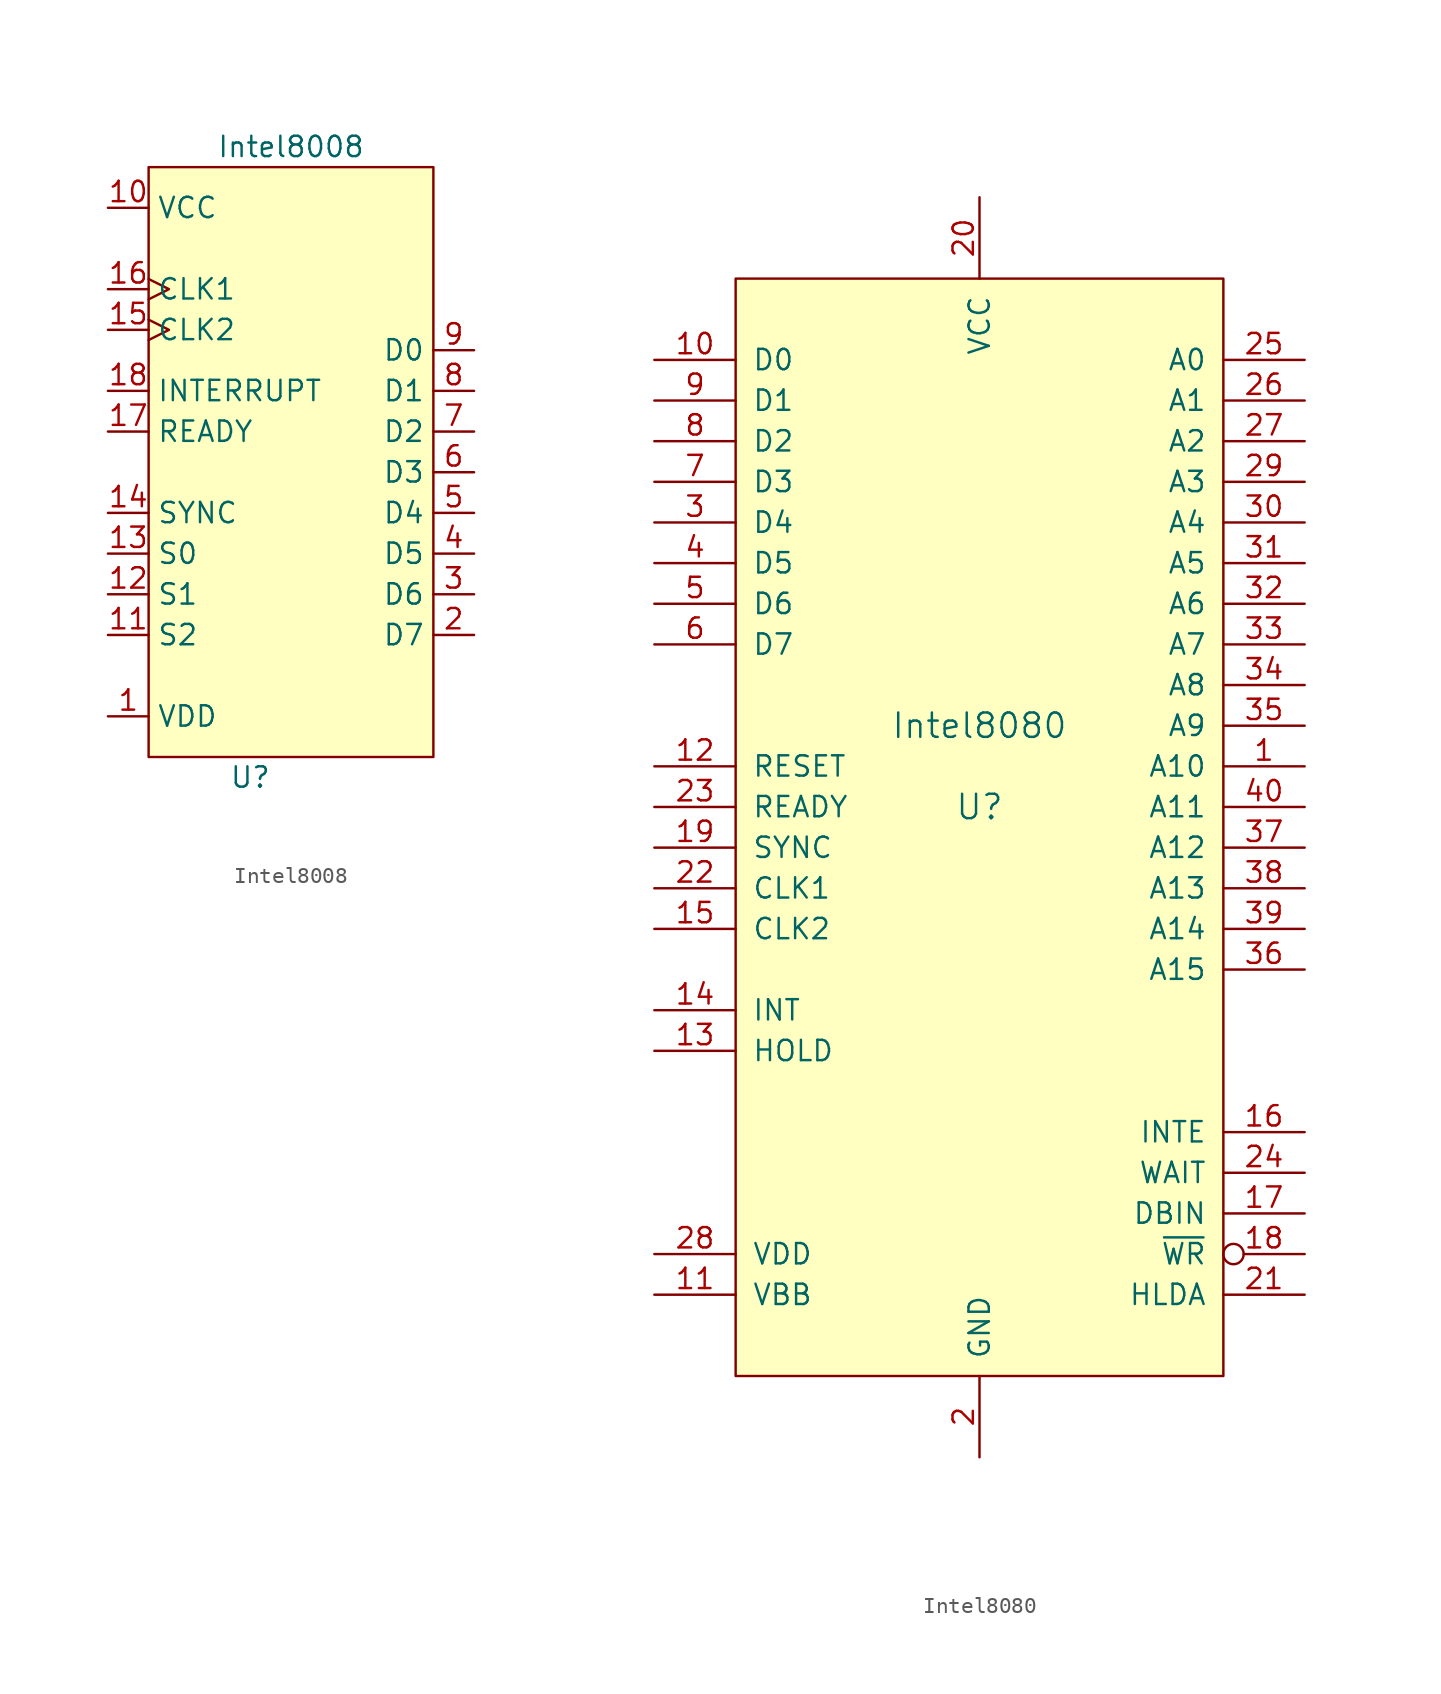
<source format=kicad_sym>
(kicad_symbol_lib
  (version 20211014)
  (generator kicad_symbol_editor)
  (symbol "Intel8008"
    (property "Reference" "U"
      (at -2.54 -1.27 0)
      (effects (font (size 1.27 1.27))))
    (property "Value" "Intel8008"
      (at 0 38.1 0)
      (effects (font (size 1.27 1.27))))
    (symbol "Intel8008_0_1"
      (rectangle (start -8.89 36.83) (end 8.89 0) (stroke (width 0) (type default) (color 0 0 0 0)) (fill (type background))))
    (symbol "Intel8008_1_1"
      (pin power_in line (at -11.43 2.54 0) (length 2.54) (name "VDD" (effects (font (size 1.27 1.27)))) (number "1" (effects (font (size 1.27 1.27)))))
      (pin power_in line (at -11.43 34.29 0) (length 2.54) (name "VCC" (effects (font (size 1.27 1.27)))) (number "10" (effects (font (size 1.27 1.27)))))
      (pin output line (at -11.43 7.62 0) (length 2.54) (name "S2" (effects (font (size 1.27 1.27)))) (number "11" (effects (font (size 1.27 1.27)))))
      (pin output line (at -11.43 10.16 0) (length 2.54) (name "S1" (effects (font (size 1.27 1.27)))) (number "12" (effects (font (size 1.27 1.27)))))
      (pin output line (at -11.43 12.7 0) (length 2.54) (name "S0" (effects (font (size 1.27 1.27)))) (number "13" (effects (font (size 1.27 1.27)))))
      (pin output line (at -11.43 15.24 0) (length 2.54) (name "SYNC" (effects (font (size 1.27 1.27)))) (number "14" (effects (font (size 1.27 1.27)))))
      (pin input clock (at -11.43 26.67 0) (length 2.54) (name "CLK2" (effects (font (size 1.27 1.27)))) (number "15" (effects (font (size 1.27 1.27)))))
      (pin input clock (at -11.43 29.21 0) (length 2.54) (name "CLK1" (effects (font (size 1.27 1.27)))) (number "16" (effects (font (size 1.27 1.27)))))
      (pin input line (at -11.43 20.32 0) (length 2.54) (name "READY" (effects (font (size 1.27 1.27)))) (number "17" (effects (font (size 1.27 1.27)))))
      (pin input line (at -11.43 22.86 0) (length 2.54) (name "INTERRUPT" (effects (font (size 1.27 1.27)))) (number "18" (effects (font (size 1.27 1.27)))))
      (pin bidirectional line (at 11.43 7.62 180) (length 2.54) (name "D7" (effects (font (size 1.27 1.27)))) (number "2" (effects (font (size 1.27 1.27)))))
      (pin bidirectional line (at 11.43 10.16 180) (length 2.54) (name "D6" (effects (font (size 1.27 1.27)))) (number "3" (effects (font (size 1.27 1.27)))))
      (pin bidirectional line (at 11.43 12.7 180) (length 2.54) (name "D5" (effects (font (size 1.27 1.27)))) (number "4" (effects (font (size 1.27 1.27)))))
      (pin bidirectional line (at 11.43 15.24 180) (length 2.54) (name "D4" (effects (font (size 1.27 1.27)))) (number "5" (effects (font (size 1.27 1.27)))))
      (pin bidirectional line (at 11.43 17.78 180) (length 2.54) (name "D3" (effects (font (size 1.27 1.27)))) (number "6" (effects (font (size 1.27 1.27)))))
      (pin bidirectional line (at 11.43 20.32 180) (length 2.54) (name "D2" (effects (font (size 1.27 1.27)))) (number "7" (effects (font (size 1.27 1.27)))))
      (pin bidirectional line (at 11.43 22.86 180) (length 2.54) (name "D1" (effects (font (size 1.27 1.27)))) (number "8" (effects (font (size 1.27 1.27)))))
      (pin bidirectional line (at 11.43 25.4 180) (length 2.54) (name "D0" (effects (font (size 1.27 1.27)))) (number "9" (effects (font (size 1.27 1.27)))))))
  (symbol "Intel8080"
    (pin_names
      (offset 1.016))
    (property "Reference" "U"
      (at 0 0 0)
      (effects (font (size 1.524 1.524))))
    (property "Value" "Intel8080"
      (at 0 5.08 0)
      (effects (font (size 1.524 1.524))))
    (symbol "Intel8080_0_1"
      (rectangle (start 15.24 -35.56) (end -15.24 33.02) (stroke (width 0) (type default) (color 0 0 0 0)) (fill (type background))))
    (symbol "Intel8080_1_1"
      (pin output line (at 20.32 2.54 180) (length 5.08) (name "A10" (effects (font (size 1.27 1.27)))) (number "1" (effects (font (size 1.27 1.27)))))
      (pin bidirectional line (at -20.32 27.94 0) (length 5.08) (name "D0" (effects (font (size 1.27 1.27)))) (number "10" (effects (font (size 1.27 1.27)))))
      (pin power_in line (at -20.32 -30.48 0) (length 5.08) (name "VBB" (effects (font (size 1.27 1.27)))) (number "11" (effects (font (size 1.27 1.27)))))
      (pin input line (at -20.32 2.54 0) (length 5.08) (name "RESET" (effects (font (size 1.27 1.27)))) (number "12" (effects (font (size 1.27 1.27)))))
      (pin input line (at -20.32 -15.24 0) (length 5.08) (name "HOLD" (effects (font (size 1.27 1.27)))) (number "13" (effects (font (size 1.27 1.27)))))
      (pin input line (at -20.32 -12.7 0) (length 5.08) (name "INT" (effects (font (size 1.27 1.27)))) (number "14" (effects (font (size 1.27 1.27)))))
      (pin input line (at -20.32 -7.62 0) (length 5.08) (name "CLK2" (effects (font (size 1.27 1.27)))) (number "15" (effects (font (size 1.27 1.27)))))
      (pin output line (at 20.32 -20.32 180) (length 5.08) (name "INTE" (effects (font (size 1.27 1.27)))) (number "16" (effects (font (size 1.27 1.27)))))
      (pin output line (at 20.32 -25.4 180) (length 5.08) (name "DBIN" (effects (font (size 1.27 1.27)))) (number "17" (effects (font (size 1.27 1.27)))))
      (pin output inverted (at 20.32 -27.94 180) (length 5.08) (name "~{WR}" (effects (font (size 1.27 1.27)))) (number "18" (effects (font (size 1.27 1.27)))))
      (pin output line (at -20.32 -2.54 0) (length 5.08) (name "SYNC" (effects (font (size 1.27 1.27)))) (number "19" (effects (font (size 1.27 1.27)))))
      (pin passive line (at 0 -40.64 90) (length 5.08) (name "GND" (effects (font (size 1.27 1.27)))) (number "2" (effects (font (size 1.27 1.27)))))
      (pin power_in line (at 0 38.1 270) (length 5.08) (name "VCC" (effects (font (size 1.27 1.27)))) (number "20" (effects (font (size 1.27 1.27)))))
      (pin output line (at 20.32 -30.48 180) (length 5.08) (name "HLDA" (effects (font (size 1.27 1.27)))) (number "21" (effects (font (size 1.27 1.27)))))
      (pin input line (at -20.32 -5.08 0) (length 5.08) (name "CLK1" (effects (font (size 1.27 1.27)))) (number "22" (effects (font (size 1.27 1.27)))))
      (pin input line (at -20.32 0 0) (length 5.08) (name "READY" (effects (font (size 1.27 1.27)))) (number "23" (effects (font (size 1.27 1.27)))))
      (pin output line (at 20.32 -22.86 180) (length 5.08) (name "WAIT" (effects (font (size 1.27 1.27)))) (number "24" (effects (font (size 1.27 1.27)))))
      (pin output line (at 20.32 27.94 180) (length 5.08) (name "A0" (effects (font (size 1.27 1.27)))) (number "25" (effects (font (size 1.27 1.27)))))
      (pin output line (at 20.32 25.4 180) (length 5.08) (name "A1" (effects (font (size 1.27 1.27)))) (number "26" (effects (font (size 1.27 1.27)))))
      (pin output line (at 20.32 22.86 180) (length 5.08) (name "A2" (effects (font (size 1.27 1.27)))) (number "27" (effects (font (size 1.27 1.27)))))
      (pin power_in line (at -20.32 -27.94 0) (length 5.08) (name "VDD" (effects (font (size 1.27 1.27)))) (number "28" (effects (font (size 1.27 1.27)))))
      (pin output line (at 20.32 20.32 180) (length 5.08) (name "A3" (effects (font (size 1.27 1.27)))) (number "29" (effects (font (size 1.27 1.27)))))
      (pin bidirectional line (at -20.32 17.78 0) (length 5.08) (name "D4" (effects (font (size 1.27 1.27)))) (number "3" (effects (font (size 1.27 1.27)))))
      (pin output line (at 20.32 17.78 180) (length 5.08) (name "A4" (effects (font (size 1.27 1.27)))) (number "30" (effects (font (size 1.27 1.27)))))
      (pin output line (at 20.32 15.24 180) (length 5.08) (name "A5" (effects (font (size 1.27 1.27)))) (number "31" (effects (font (size 1.27 1.27)))))
      (pin output line (at 20.32 12.7 180) (length 5.08) (name "A6" (effects (font (size 1.27 1.27)))) (number "32" (effects (font (size 1.27 1.27)))))
      (pin output line (at 20.32 10.16 180) (length 5.08) (name "A7" (effects (font (size 1.27 1.27)))) (number "33" (effects (font (size 1.27 1.27)))))
      (pin output line (at 20.32 7.62 180) (length 5.08) (name "A8" (effects (font (size 1.27 1.27)))) (number "34" (effects (font (size 1.27 1.27)))))
      (pin output line (at 20.32 5.08 180) (length 5.08) (name "A9" (effects (font (size 1.27 1.27)))) (number "35" (effects (font (size 1.27 1.27)))))
      (pin output line (at 20.32 -10.16 180) (length 5.08) (name "A15" (effects (font (size 1.27 1.27)))) (number "36" (effects (font (size 1.27 1.27)))))
      (pin output line (at 20.32 -2.54 180) (length 5.08) (name "A12" (effects (font (size 1.27 1.27)))) (number "37" (effects (font (size 1.27 1.27)))))
      (pin output line (at 20.32 -5.08 180) (length 5.08) (name "A13" (effects (font (size 1.27 1.27)))) (number "38" (effects (font (size 1.27 1.27)))))
      (pin output line (at 20.32 -7.62 180) (length 5.08) (name "A14" (effects (font (size 1.27 1.27)))) (number "39" (effects (font (size 1.27 1.27)))))
      (pin bidirectional line (at -20.32 15.24 0) (length 5.08) (name "D5" (effects (font (size 1.27 1.27)))) (number "4" (effects (font (size 1.27 1.27)))))
      (pin output line (at 20.32 0 180) (length 5.08) (name "A11" (effects (font (size 1.27 1.27)))) (number "40" (effects (font (size 1.27 1.27)))))
      (pin bidirectional line (at -20.32 12.7 0) (length 5.08) (name "D6" (effects (font (size 1.27 1.27)))) (number "5" (effects (font (size 1.27 1.27)))))
      (pin bidirectional line (at -20.32 10.16 0) (length 5.08) (name "D7" (effects (font (size 1.27 1.27)))) (number "6" (effects (font (size 1.27 1.27)))))
      (pin bidirectional line (at -20.32 20.32 0) (length 5.08) (name "D3" (effects (font (size 1.27 1.27)))) (number "7" (effects (font (size 1.27 1.27)))))
      (pin bidirectional line (at -20.32 22.86 0) (length 5.08) (name "D2" (effects (font (size 1.27 1.27)))) (number "8" (effects (font (size 1.27 1.27)))))
      (pin bidirectional line (at -20.32 25.4 0) (length 5.08) (name "D1" (effects (font (size 1.27 1.27)))) (number "9" (effects (font (size 1.27 1.27))))))))
</source>
